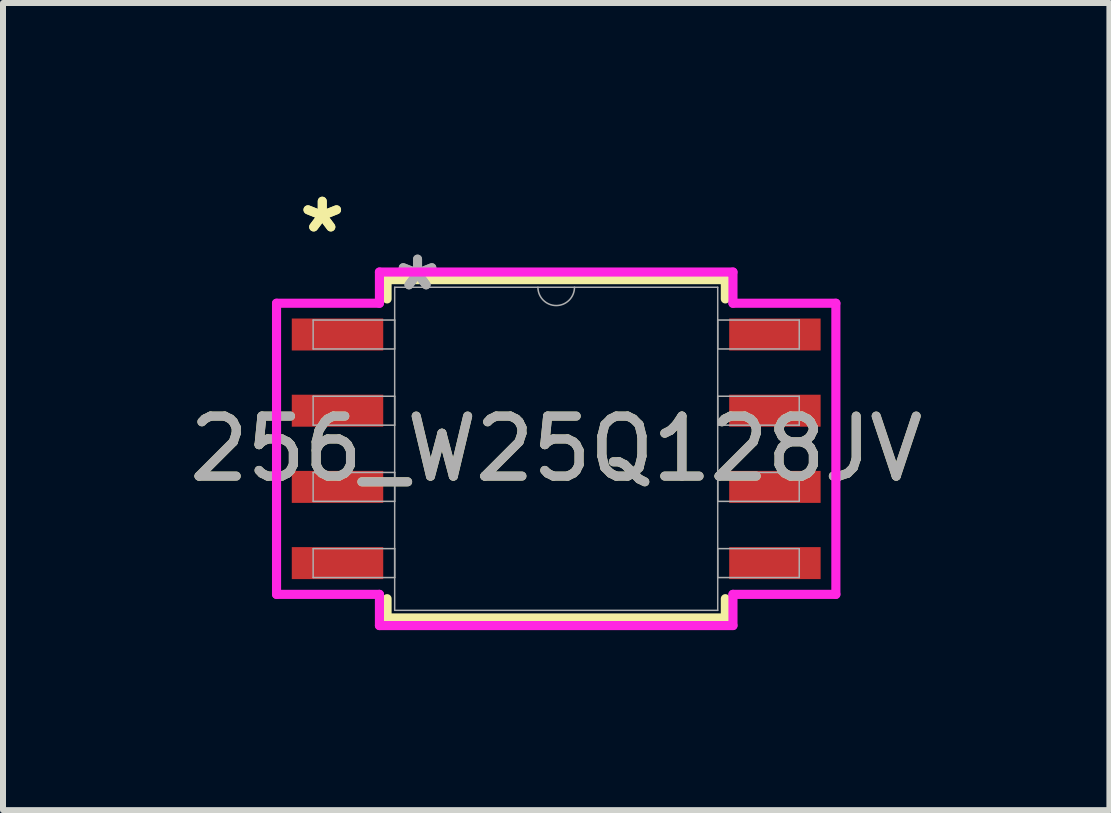
<source format=kicad_pcb>
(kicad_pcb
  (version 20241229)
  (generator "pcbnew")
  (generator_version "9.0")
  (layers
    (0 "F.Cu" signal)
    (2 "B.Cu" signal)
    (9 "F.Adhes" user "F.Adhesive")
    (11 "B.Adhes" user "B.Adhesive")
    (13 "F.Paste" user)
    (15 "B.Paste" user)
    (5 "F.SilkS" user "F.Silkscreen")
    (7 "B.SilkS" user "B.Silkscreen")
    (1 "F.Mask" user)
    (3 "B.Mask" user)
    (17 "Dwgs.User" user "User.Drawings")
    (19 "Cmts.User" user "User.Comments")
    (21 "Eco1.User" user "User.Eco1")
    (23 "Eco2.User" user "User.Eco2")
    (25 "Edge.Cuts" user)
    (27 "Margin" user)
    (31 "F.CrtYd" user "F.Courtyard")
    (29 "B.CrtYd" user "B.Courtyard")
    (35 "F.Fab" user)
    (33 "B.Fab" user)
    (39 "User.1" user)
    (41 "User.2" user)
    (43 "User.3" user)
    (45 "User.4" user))
  (footprint "256_W25Q128JV"
    (layer "F.Cu")
    (at 6.22 4.43)
    (property "Reference" "256_W25Q128JV" (at 0 0 0) (unlocked yes) (layer "F.SilkS") (effects (font (size 1 1) (thickness 0.15))))
    (attr smd)
    (fp_line (start -2.819 -2.819) (end -2.819 -2.498) (stroke (width 0.152) (type solid)) (layer "F.SilkS"))
    (fp_line (start -2.819 2.498) (end -2.819 2.819) (stroke (width 0.152) (type solid)) (layer "F.SilkS"))
    (fp_line (start -2.819 2.819) (end 2.819 2.819) (stroke (width 0.152) (type solid)) (layer "F.SilkS"))
    (fp_line (start 2.819 -2.819) (end -2.819 -2.819) (stroke (width 0.152) (type solid)) (layer "F.SilkS"))
    (fp_line (start 2.819 -2.498) (end 2.819 -2.819) (stroke (width 0.152) (type solid)) (layer "F.SilkS"))
    (fp_line (start 2.819 2.819) (end 2.819 2.498) (stroke (width 0.152) (type solid)) (layer "F.SilkS"))
    (fp_line (start -4.661 -2.426) (end -2.946 -2.426) (stroke (width 0.152) (type solid)) (layer "F.CrtYd"))
    (fp_line (start -4.661 2.426) (end -4.661 -2.426) (stroke (width 0.152) (type solid)) (layer "F.CrtYd"))
    (fp_line (start -4.661 2.426) (end -2.946 2.426) (stroke (width 0.152) (type solid)) (layer "F.CrtYd"))
    (fp_line (start -2.946 -2.946) (end 2.946 -2.946) (stroke (width 0.152) (type solid)) (layer "F.CrtYd"))
    (fp_line (start -2.946 -2.426) (end -2.946 -2.946) (stroke (width 0.152) (type solid)) (layer "F.CrtYd"))
    (fp_line (start -2.946 2.946) (end -2.946 2.426) (stroke (width 0.152) (type solid)) (layer "F.CrtYd"))
    (fp_line (start 2.946 -2.946) (end 2.946 -2.426) (stroke (width 0.152) (type solid)) (layer "F.CrtYd"))
    (fp_line (start 2.946 2.426) (end 2.946 2.946) (stroke (width 0.152) (type solid)) (layer "F.CrtYd"))
    (fp_line (start 2.946 2.946) (end -2.946 2.946) (stroke (width 0.152) (type solid)) (layer "F.CrtYd"))
    (fp_line (start 4.661 -2.426) (end 2.946 -2.426) (stroke (width 0.152) (type solid)) (layer "F.CrtYd"))
    (fp_line (start 4.661 -2.426) (end 4.661 2.426) (stroke (width 0.152) (type solid)) (layer "F.CrtYd"))
    (fp_line (start 4.661 2.426) (end 2.946 2.426) (stroke (width 0.152) (type solid)) (layer "F.CrtYd"))
    (fp_line (start -4.051 -2.146) (end -4.051 -1.664) (stroke (width 0.025) (type solid)) (layer "F.Fab"))
    (fp_line (start -4.051 -1.664) (end -2.692 -1.664) (stroke (width 0.025) (type solid)) (layer "F.Fab"))
    (fp_line (start -4.051 -0.876) (end -4.051 -0.394) (stroke (width 0.025) (type solid)) (layer "F.Fab"))
    (fp_line (start -4.051 -0.394) (end -2.692 -0.394) (stroke (width 0.025) (type solid)) (layer "F.Fab"))
    (fp_line (start -4.051 0.394) (end -4.051 0.876) (stroke (width 0.025) (type solid)) (layer "F.Fab"))
    (fp_line (start -4.051 0.876) (end -2.692 0.876) (stroke (width 0.025) (type solid)) (layer "F.Fab"))
    (fp_line (start -4.051 1.664) (end -4.051 2.146) (stroke (width 0.025) (type solid)) (layer "F.Fab"))
    (fp_line (start -4.051 2.146) (end -2.692 2.146) (stroke (width 0.025) (type solid)) (layer "F.Fab"))
    (fp_line (start -2.692 -2.692) (end -2.692 2.692) (stroke (width 0.025) (type solid)) (layer "F.Fab"))
    (fp_line (start -2.692 -2.146) (end -4.051 -2.146) (stroke (width 0.025) (type solid)) (layer "F.Fab"))
    (fp_line (start -2.692 -1.664) (end -2.692 -2.146) (stroke (width 0.025) (type solid)) (layer "F.Fab"))
    (fp_line (start -2.692 -0.876) (end -4.051 -0.876) (stroke (width 0.025) (type solid)) (layer "F.Fab"))
    (fp_line (start -2.692 -0.394) (end -2.692 -0.876) (stroke (width 0.025) (type solid)) (layer "F.Fab"))
    (fp_line (start -2.692 0.394) (end -4.051 0.394) (stroke (width 0.025) (type solid)) (layer "F.Fab"))
    (fp_line (start -2.692 0.876) (end -2.692 0.394) (stroke (width 0.025) (type solid)) (layer "F.Fab"))
    (fp_line (start -2.692 1.664) (end -4.051 1.664) (stroke (width 0.025) (type solid)) (layer "F.Fab"))
    (fp_line (start -2.692 2.146) (end -2.692 1.664) (stroke (width 0.025) (type solid)) (layer "F.Fab"))
    (fp_line (start -2.692 2.692) (end 2.692 2.692) (stroke (width 0.025) (type solid)) (layer "F.Fab"))
    (fp_line (start 2.692 -2.692) (end -2.692 -2.692) (stroke (width 0.025) (type solid)) (layer "F.Fab"))
    (fp_line (start 2.692 -2.146) (end 2.692 -1.664) (stroke (width 0.025) (type solid)) (layer "F.Fab"))
    (fp_line (start 2.692 -1.664) (end 4.051 -1.664) (stroke (width 0.025) (type solid)) (layer "F.Fab"))
    (fp_line (start 2.692 -0.876) (end 2.692 -0.394) (stroke (width 0.025) (type solid)) (layer "F.Fab"))
    (fp_line (start 2.692 -0.394) (end 4.051 -0.394) (stroke (width 0.025) (type solid)) (layer "F.Fab"))
    (fp_line (start 2.692 0.394) (end 2.692 0.876) (stroke (width 0.025) (type solid)) (layer "F.Fab"))
    (fp_line (start 2.692 0.876) (end 4.051 0.876) (stroke (width 0.025) (type solid)) (layer "F.Fab"))
    (fp_line (start 2.692 1.664) (end 2.692 2.146) (stroke (width 0.025) (type solid)) (layer "F.Fab"))
    (fp_line (start 2.692 2.146) (end 4.051 2.146) (stroke (width 0.025) (type solid)) (layer "F.Fab"))
    (fp_line (start 2.692 2.692) (end 2.692 -2.692) (stroke (width 0.025) (type solid)) (layer "F.Fab"))
    (fp_line (start 4.051 -2.146) (end 2.692 -2.146) (stroke (width 0.025) (type solid)) (layer "F.Fab"))
    (fp_line (start 4.051 -1.664) (end 4.051 -2.146) (stroke (width 0.025) (type solid)) (layer "F.Fab"))
    (fp_line (start 4.051 -0.876) (end 2.692 -0.876) (stroke (width 0.025) (type solid)) (layer "F.Fab"))
    (fp_line (start 4.051 -0.394) (end 4.051 -0.876) (stroke (width 0.025) (type solid)) (layer "F.Fab"))
    (fp_line (start 4.051 0.394) (end 2.692 0.394) (stroke (width 0.025) (type solid)) (layer "F.Fab"))
    (fp_line (start 4.051 0.876) (end 4.051 0.394) (stroke (width 0.025) (type solid)) (layer "F.Fab"))
    (fp_line (start 4.051 1.664) (end 2.692 1.664) (stroke (width 0.025) (type solid)) (layer "F.Fab"))
    (fp_line (start 4.051 2.146) (end 4.051 1.664) (stroke (width 0.025) (type solid)) (layer "F.Fab"))
    (fp_arc (start 0.3048 -2.6924) (mid 0 -2.3876) (end -0.3048 -2.6924) (stroke (width 0.0254) (type solid)) (layer "F.Fab"))
    (fp_text user "*" (at -3.899 -3.581 0) (layer "F.SilkS") (effects (font (size 1 1) (thickness 0.15))))
    (fp_text user "*" (at -3.899 -3.581 0) (unlocked yes) (layer "F.SilkS") (effects (font (size 1 1) (thickness 0.15))))
    (fp_text user "*" (at -2.311 -2.616 0) (layer "F.Fab") (effects (font (size 1 1) (thickness 0.15))))
    (fp_text user "*" (at -2.311 -2.616 0) (unlocked yes) (layer "F.Fab") (effects (font (size 1 1) (thickness 0.15))))
    (fp_text user "${REFERENCE}" (at 0 0 0) (unlocked yes) (layer "F.Fab") (effects (font (size 1 1) (thickness 0.15))))
    (pad "1" smd rect (at -3.645 -1.905) (size 1.524 0.533) (layers "F.Cu" "F.Mask" "F.Paste"))
    (pad "2" smd rect (at -3.645 -0.635) (size 1.524 0.533) (layers "F.Cu" "F.Mask" "F.Paste"))
    (pad "3" smd rect (at -3.645 0.635) (size 1.524 0.533) (layers "F.Cu" "F.Mask" "F.Paste"))
    (pad "4" smd rect (at -3.645 1.905) (size 1.524 0.533) (layers "F.Cu" "F.Mask" "F.Paste"))
    (pad "5" smd rect (at 3.645 1.905) (size 1.524 0.533) (layers "F.Cu" "F.Mask" "F.Paste"))
    (pad "6" smd rect (at 3.645 0.635) (size 1.524 0.533) (layers "F.Cu" "F.Mask" "F.Paste"))
    (pad "7" smd rect (at 3.645 -0.635) (size 1.524 0.533) (layers "F.Cu" "F.Mask" "F.Paste"))
    (pad "8" smd rect (at 3.645 -1.905) (size 1.524 0.533) (layers "F.Cu" "F.Mask" "F.Paste")))
  (gr_rect
    (start -3 -3)
    (end 15.44 10.452)
    (stroke (width 0.1) (type default))
    (fill no)
    (layer "Edge.Cuts")))
</source>
